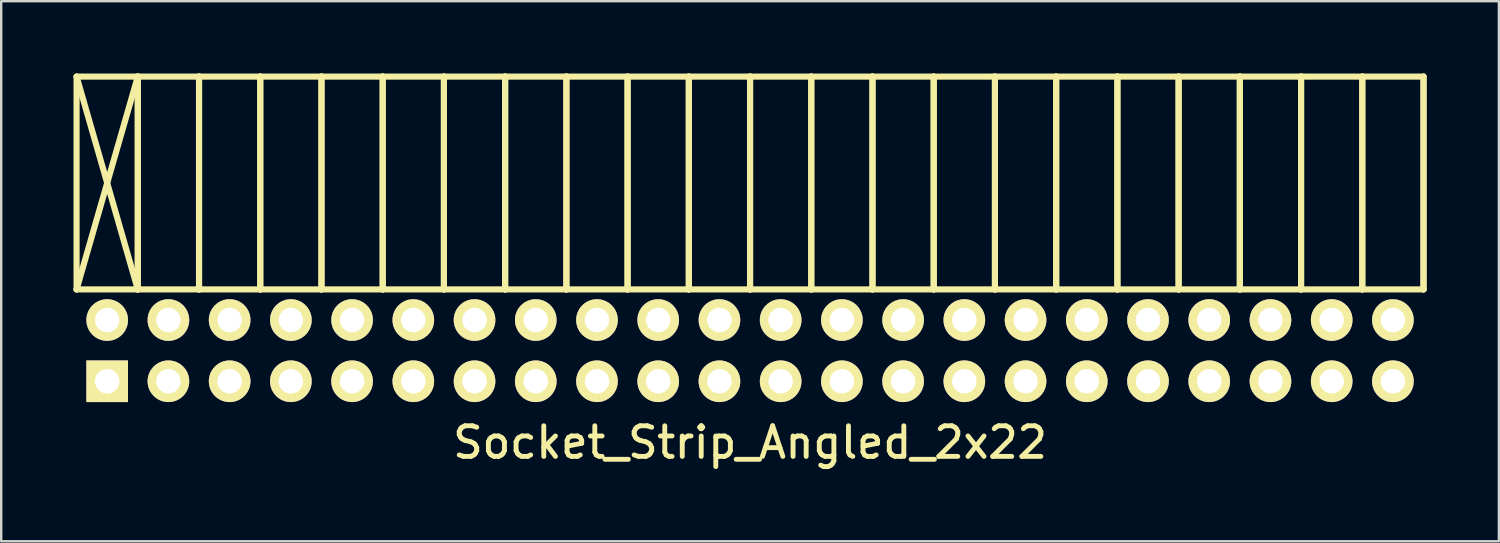
<source format=kicad_pcb>
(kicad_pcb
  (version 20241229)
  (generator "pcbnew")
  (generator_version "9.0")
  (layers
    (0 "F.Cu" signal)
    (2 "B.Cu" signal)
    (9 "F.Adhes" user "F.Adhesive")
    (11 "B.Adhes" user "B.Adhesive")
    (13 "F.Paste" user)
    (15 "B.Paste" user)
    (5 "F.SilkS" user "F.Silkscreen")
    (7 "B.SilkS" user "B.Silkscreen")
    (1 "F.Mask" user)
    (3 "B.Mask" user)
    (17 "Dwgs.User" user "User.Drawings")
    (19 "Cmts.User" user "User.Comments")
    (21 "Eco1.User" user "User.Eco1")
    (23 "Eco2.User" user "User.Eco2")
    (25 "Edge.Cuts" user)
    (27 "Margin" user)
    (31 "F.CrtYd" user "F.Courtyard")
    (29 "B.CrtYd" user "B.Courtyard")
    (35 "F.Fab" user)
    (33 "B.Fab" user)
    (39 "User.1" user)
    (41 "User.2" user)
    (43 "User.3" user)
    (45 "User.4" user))
  (footprint "Socket_Strip_Angled_2x22"
    (layer "F.Cu")
    (at 28.067 11.497)
    (property "Reference" "Socket_Strip_Angled_2x22" (at 0 3.81 0) (layer "F.SilkS") (effects (font (size 1.27 1.27) (thickness 0.203))))
    (attr through_hole)
    (fp_line (start -27.94 -11.37) (end -25.4 -11.37) (stroke (width 0.254) (type solid)) (layer "F.SilkS"))
    (fp_line (start -27.94 -11.37) (end -25.4 -2.54) (stroke (width 0.254) (type solid)) (layer "F.SilkS"))
    (fp_line (start -27.94 -2.54) (end -27.94 -11.37) (stroke (width 0.254) (type solid)) (layer "F.SilkS"))
    (fp_line (start -27.94 -2.54) (end -25.4 -11.37) (stroke (width 0.254) (type solid)) (layer "F.SilkS"))
    (fp_line (start -27.94 -2.54) (end -25.4 -2.54) (stroke (width 0.254) (type solid)) (layer "F.SilkS"))
    (fp_line (start -25.4 -11.37) (end -25.4 -2.54) (stroke (width 0.254) (type solid)) (layer "F.SilkS"))
    (fp_line (start -25.4 -11.37) (end -22.86 -11.37) (stroke (width 0.254) (type solid)) (layer "F.SilkS"))
    (fp_line (start -25.4 -2.54) (end -25.4 -11.37) (stroke (width 0.254) (type solid)) (layer "F.SilkS"))
    (fp_line (start -25.4 -2.54) (end -22.86 -2.54) (stroke (width 0.254) (type solid)) (layer "F.SilkS"))
    (fp_line (start -22.86 -11.37) (end -22.86 -2.54) (stroke (width 0.254) (type solid)) (layer "F.SilkS"))
    (fp_line (start -22.86 -11.37) (end -20.32 -11.37) (stroke (width 0.254) (type solid)) (layer "F.SilkS"))
    (fp_line (start -22.86 -2.54) (end -22.86 -11.37) (stroke (width 0.254) (type solid)) (layer "F.SilkS"))
    (fp_line (start -22.86 -2.54) (end -20.32 -2.54) (stroke (width 0.254) (type solid)) (layer "F.SilkS"))
    (fp_line (start -20.32 -11.37) (end -20.32 -2.54) (stroke (width 0.254) (type solid)) (layer "F.SilkS"))
    (fp_line (start -20.32 -11.37) (end -17.78 -11.37) (stroke (width 0.254) (type solid)) (layer "F.SilkS"))
    (fp_line (start -20.32 -2.54) (end -20.32 -11.37) (stroke (width 0.254) (type solid)) (layer "F.SilkS"))
    (fp_line (start -20.32 -2.54) (end -17.78 -2.54) (stroke (width 0.254) (type solid)) (layer "F.SilkS"))
    (fp_line (start -17.78 -11.37) (end -17.78 -2.54) (stroke (width 0.254) (type solid)) (layer "F.SilkS"))
    (fp_line (start -17.78 -11.37) (end -15.24 -11.37) (stroke (width 0.254) (type solid)) (layer "F.SilkS"))
    (fp_line (start -17.78 -2.54) (end -17.78 -11.37) (stroke (width 0.254) (type solid)) (layer "F.SilkS"))
    (fp_line (start -17.78 -2.54) (end -15.24 -2.54) (stroke (width 0.254) (type solid)) (layer "F.SilkS"))
    (fp_line (start -15.24 -11.37) (end -15.24 -2.54) (stroke (width 0.254) (type solid)) (layer "F.SilkS"))
    (fp_line (start -15.24 -11.37) (end -12.7 -11.37) (stroke (width 0.254) (type solid)) (layer "F.SilkS"))
    (fp_line (start -15.24 -2.54) (end -15.24 -11.37) (stroke (width 0.254) (type solid)) (layer "F.SilkS"))
    (fp_line (start -15.24 -2.54) (end -12.7 -2.54) (stroke (width 0.254) (type solid)) (layer "F.SilkS"))
    (fp_line (start -12.7 -11.37) (end -12.7 -2.54) (stroke (width 0.254) (type solid)) (layer "F.SilkS"))
    (fp_line (start -12.7 -11.37) (end -10.16 -11.37) (stroke (width 0.254) (type solid)) (layer "F.SilkS"))
    (fp_line (start -12.7 -2.54) (end -12.7 -11.37) (stroke (width 0.254) (type solid)) (layer "F.SilkS"))
    (fp_line (start -12.7 -2.54) (end -10.16 -2.54) (stroke (width 0.254) (type solid)) (layer "F.SilkS"))
    (fp_line (start -10.16 -11.37) (end -10.16 -2.54) (stroke (width 0.254) (type solid)) (layer "F.SilkS"))
    (fp_line (start -10.16 -11.37) (end -7.62 -11.37) (stroke (width 0.254) (type solid)) (layer "F.SilkS"))
    (fp_line (start -10.16 -2.54) (end -10.16 -11.37) (stroke (width 0.254) (type solid)) (layer "F.SilkS"))
    (fp_line (start -10.16 -2.54) (end -7.62 -2.54) (stroke (width 0.254) (type solid)) (layer "F.SilkS"))
    (fp_line (start -7.62 -11.37) (end -7.62 -2.54) (stroke (width 0.254) (type solid)) (layer "F.SilkS"))
    (fp_line (start -7.62 -11.37) (end -5.08 -11.37) (stroke (width 0.254) (type solid)) (layer "F.SilkS"))
    (fp_line (start -7.62 -2.54) (end -7.62 -11.37) (stroke (width 0.254) (type solid)) (layer "F.SilkS"))
    (fp_line (start -7.62 -2.54) (end -5.08 -2.54) (stroke (width 0.254) (type solid)) (layer "F.SilkS"))
    (fp_line (start -5.08 -11.37) (end -5.08 -2.54) (stroke (width 0.254) (type solid)) (layer "F.SilkS"))
    (fp_line (start -5.08 -11.37) (end -2.54 -11.37) (stroke (width 0.254) (type solid)) (layer "F.SilkS"))
    (fp_line (start -5.08 -2.54) (end -5.08 -11.37) (stroke (width 0.254) (type solid)) (layer "F.SilkS"))
    (fp_line (start -5.08 -2.54) (end -2.54 -2.54) (stroke (width 0.254) (type solid)) (layer "F.SilkS"))
    (fp_line (start -2.54 -11.37) (end -2.54 -2.54) (stroke (width 0.254) (type solid)) (layer "F.SilkS"))
    (fp_line (start -2.54 -11.37) (end 0 -11.37) (stroke (width 0.254) (type solid)) (layer "F.SilkS"))
    (fp_line (start -2.54 -2.54) (end -2.54 -11.37) (stroke (width 0.254) (type solid)) (layer "F.SilkS"))
    (fp_line (start -2.54 -2.54) (end 0 -2.54) (stroke (width 0.254) (type solid)) (layer "F.SilkS"))
    (fp_line (start 0 -11.37) (end 0 -2.54) (stroke (width 0.254) (type solid)) (layer "F.SilkS"))
    (fp_line (start 0 -11.37) (end 2.54 -11.37) (stroke (width 0.254) (type solid)) (layer "F.SilkS"))
    (fp_line (start 0 -2.54) (end 0 -11.37) (stroke (width 0.254) (type solid)) (layer "F.SilkS"))
    (fp_line (start 0 -2.54) (end 2.54 -2.54) (stroke (width 0.254) (type solid)) (layer "F.SilkS"))
    (fp_line (start 2.54 -11.37) (end 2.54 -2.54) (stroke (width 0.254) (type solid)) (layer "F.SilkS"))
    (fp_line (start 2.54 -11.37) (end 5.08 -11.37) (stroke (width 0.254) (type solid)) (layer "F.SilkS"))
    (fp_line (start 2.54 -2.54) (end 2.54 -11.37) (stroke (width 0.254) (type solid)) (layer "F.SilkS"))
    (fp_line (start 2.54 -2.54) (end 5.08 -2.54) (stroke (width 0.254) (type solid)) (layer "F.SilkS"))
    (fp_line (start 5.08 -11.37) (end 5.08 -2.54) (stroke (width 0.254) (type solid)) (layer "F.SilkS"))
    (fp_line (start 5.08 -11.37) (end 7.62 -11.37) (stroke (width 0.254) (type solid)) (layer "F.SilkS"))
    (fp_line (start 5.08 -2.54) (end 5.08 -11.37) (stroke (width 0.254) (type solid)) (layer "F.SilkS"))
    (fp_line (start 5.08 -2.54) (end 7.62 -2.54) (stroke (width 0.254) (type solid)) (layer "F.SilkS"))
    (fp_line (start 7.62 -11.37) (end 7.62 -2.54) (stroke (width 0.254) (type solid)) (layer "F.SilkS"))
    (fp_line (start 7.62 -11.37) (end 10.16 -11.37) (stroke (width 0.254) (type solid)) (layer "F.SilkS"))
    (fp_line (start 7.62 -2.54) (end 7.62 -11.37) (stroke (width 0.254) (type solid)) (layer "F.SilkS"))
    (fp_line (start 7.62 -2.54) (end 10.16 -2.54) (stroke (width 0.254) (type solid)) (layer "F.SilkS"))
    (fp_line (start 10.16 -11.37) (end 10.16 -2.54) (stroke (width 0.254) (type solid)) (layer "F.SilkS"))
    (fp_line (start 10.16 -11.37) (end 12.7 -11.37) (stroke (width 0.254) (type solid)) (layer "F.SilkS"))
    (fp_line (start 10.16 -2.54) (end 10.16 -11.37) (stroke (width 0.254) (type solid)) (layer "F.SilkS"))
    (fp_line (start 10.16 -2.54) (end 12.7 -2.54) (stroke (width 0.254) (type solid)) (layer "F.SilkS"))
    (fp_line (start 12.7 -11.37) (end 12.7 -2.54) (stroke (width 0.254) (type solid)) (layer "F.SilkS"))
    (fp_line (start 12.7 -11.37) (end 15.24 -11.37) (stroke (width 0.254) (type solid)) (layer "F.SilkS"))
    (fp_line (start 12.7 -2.54) (end 12.7 -11.37) (stroke (width 0.254) (type solid)) (layer "F.SilkS"))
    (fp_line (start 12.7 -2.54) (end 15.24 -2.54) (stroke (width 0.254) (type solid)) (layer "F.SilkS"))
    (fp_line (start 15.24 -11.37) (end 15.24 -2.54) (stroke (width 0.254) (type solid)) (layer "F.SilkS"))
    (fp_line (start 15.24 -11.37) (end 17.78 -11.37) (stroke (width 0.254) (type solid)) (layer "F.SilkS"))
    (fp_line (start 15.24 -2.54) (end 15.24 -11.37) (stroke (width 0.254) (type solid)) (layer "F.SilkS"))
    (fp_line (start 15.24 -2.54) (end 17.78 -2.54) (stroke (width 0.254) (type solid)) (layer "F.SilkS"))
    (fp_line (start 17.78 -11.37) (end 17.78 -2.54) (stroke (width 0.254) (type solid)) (layer "F.SilkS"))
    (fp_line (start 17.78 -11.37) (end 20.32 -11.37) (stroke (width 0.254) (type solid)) (layer "F.SilkS"))
    (fp_line (start 17.78 -2.54) (end 17.78 -11.37) (stroke (width 0.254) (type solid)) (layer "F.SilkS"))
    (fp_line (start 17.78 -2.54) (end 20.32 -2.54) (stroke (width 0.254) (type solid)) (layer "F.SilkS"))
    (fp_line (start 20.32 -11.37) (end 20.32 -2.54) (stroke (width 0.254) (type solid)) (layer "F.SilkS"))
    (fp_line (start 20.32 -11.37) (end 22.86 -11.37) (stroke (width 0.254) (type solid)) (layer "F.SilkS"))
    (fp_line (start 20.32 -2.54) (end 20.32 -11.37) (stroke (width 0.254) (type solid)) (layer "F.SilkS"))
    (fp_line (start 20.32 -2.54) (end 22.86 -2.54) (stroke (width 0.254) (type solid)) (layer "F.SilkS"))
    (fp_line (start 22.86 -11.37) (end 22.86 -2.54) (stroke (width 0.254) (type solid)) (layer "F.SilkS"))
    (fp_line (start 22.86 -11.37) (end 25.4 -11.37) (stroke (width 0.254) (type solid)) (layer "F.SilkS"))
    (fp_line (start 22.86 -2.54) (end 22.86 -11.37) (stroke (width 0.254) (type solid)) (layer "F.SilkS"))
    (fp_line (start 22.86 -2.54) (end 25.4 -2.54) (stroke (width 0.254) (type solid)) (layer "F.SilkS"))
    (fp_line (start 25.4 -11.37) (end 25.4 -2.54) (stroke (width 0.254) (type solid)) (layer "F.SilkS"))
    (fp_line (start 25.4 -11.37) (end 27.94 -11.37) (stroke (width 0.254) (type solid)) (layer "F.SilkS"))
    (fp_line (start 25.4 -2.54) (end 25.4 -11.37) (stroke (width 0.254) (type solid)) (layer "F.SilkS"))
    (fp_line (start 25.4 -2.54) (end 27.94 -2.54) (stroke (width 0.254) (type solid)) (layer "F.SilkS"))
    (fp_line (start 27.94 -11.37) (end 27.94 -2.54) (stroke (width 0.254) (type solid)) (layer "F.SilkS"))
    (fp_line (start 27.94 -2.54) (end 27.94 -11.37) (stroke (width 0.254) (type solid)) (layer "F.SilkS"))
    (pad "1" thru_hole rect (at -26.67 1.27) (size 1.727 1.727) (drill 1.016) (layers "*.Cu" "*.Mask" "F.SilkS"))
    (pad "2" thru_hole oval (at -24.13 1.27) (size 1.727 1.727) (drill 1.016) (layers "*.Cu" "*.Mask" "F.SilkS"))
    (pad "3" thru_hole oval (at -21.59 1.27) (size 1.727 1.727) (drill 1.016) (layers "*.Cu" "*.Mask" "F.SilkS"))
    (pad "4" thru_hole oval (at -19.05 1.27) (size 1.727 1.727) (drill 1.016) (layers "*.Cu" "*.Mask" "F.SilkS"))
    (pad "5" thru_hole oval (at -16.51 1.27) (size 1.727 1.727) (drill 1.016) (layers "*.Cu" "*.Mask" "F.SilkS"))
    (pad "6" thru_hole oval (at -13.97 1.27) (size 1.727 1.727) (drill 1.016) (layers "*.Cu" "*.Mask" "F.SilkS"))
    (pad "7" thru_hole oval (at -11.43 1.27) (size 1.727 1.727) (drill 1.016) (layers "*.Cu" "*.Mask" "F.SilkS"))
    (pad "8" thru_hole oval (at -8.89 1.27) (size 1.727 1.727) (drill 1.016) (layers "*.Cu" "*.Mask" "F.SilkS"))
    (pad "9" thru_hole oval (at -6.35 1.27) (size 1.727 1.727) (drill 1.016) (layers "*.Cu" "*.Mask" "F.SilkS"))
    (pad "10" thru_hole oval (at -3.81 1.27) (size 1.727 1.727) (drill 1.016) (layers "*.Cu" "*.Mask" "F.SilkS"))
    (pad "11" thru_hole oval (at -1.27 1.27) (size 1.727 1.727) (drill 1.016) (layers "*.Cu" "*.Mask" "F.SilkS"))
    (pad "12" thru_hole oval (at 1.27 1.27) (size 1.727 1.727) (drill 1.016) (layers "*.Cu" "*.Mask" "F.SilkS"))
    (pad "13" thru_hole oval (at 3.81 1.27) (size 1.727 1.727) (drill 1.016) (layers "*.Cu" "*.Mask" "F.SilkS"))
    (pad "14" thru_hole oval (at 6.35 1.27) (size 1.727 1.727) (drill 1.016) (layers "*.Cu" "*.Mask" "F.SilkS"))
    (pad "15" thru_hole oval (at 8.89 1.27) (size 1.727 1.727) (drill 1.016) (layers "*.Cu" "*.Mask" "F.SilkS"))
    (pad "16" thru_hole oval (at 11.43 1.27) (size 1.727 1.727) (drill 1.016) (layers "*.Cu" "*.Mask" "F.SilkS"))
    (pad "17" thru_hole oval (at 13.97 1.27) (size 1.727 1.727) (drill 1.016) (layers "*.Cu" "*.Mask" "F.SilkS"))
    (pad "18" thru_hole oval (at 16.51 1.27) (size 1.727 1.727) (drill 1.016) (layers "*.Cu" "*.Mask" "F.SilkS"))
    (pad "19" thru_hole oval (at 19.05 1.27) (size 1.727 1.727) (drill 1.016) (layers "*.Cu" "*.Mask" "F.SilkS"))
    (pad "20" thru_hole oval (at 21.59 1.27) (size 1.727 1.727) (drill 1.016) (layers "*.Cu" "*.Mask" "F.SilkS"))
    (pad "21" thru_hole oval (at 24.13 1.27) (size 1.727 1.727) (drill 1.016) (layers "*.Cu" "*.Mask" "F.SilkS"))
    (pad "22" thru_hole oval (at 26.67 1.27) (size 1.727 1.727) (drill 1.016) (layers "*.Cu" "*.Mask" "F.SilkS"))
    (pad "23" thru_hole oval (at 26.67 -1.27) (size 1.727 1.727) (drill 1.016) (layers "*.Cu" "*.Mask" "F.SilkS"))
    (pad "24" thru_hole oval (at 24.13 -1.27) (size 1.727 1.727) (drill 1.016) (layers "*.Cu" "*.Mask" "F.SilkS"))
    (pad "25" thru_hole oval (at 21.59 -1.27) (size 1.727 1.727) (drill 1.016) (layers "*.Cu" "*.Mask" "F.SilkS"))
    (pad "26" thru_hole oval (at 19.05 -1.27) (size 1.727 1.727) (drill 1.016) (layers "*.Cu" "*.Mask" "F.SilkS"))
    (pad "27" thru_hole oval (at 16.51 -1.27) (size 1.727 1.727) (drill 1.016) (layers "*.Cu" "*.Mask" "F.SilkS"))
    (pad "28" thru_hole oval (at 13.97 -1.27) (size 1.727 1.727) (drill 1.016) (layers "*.Cu" "*.Mask" "F.SilkS"))
    (pad "29" thru_hole oval (at 11.43 -1.27) (size 1.727 1.727) (drill 1.016) (layers "*.Cu" "*.Mask" "F.SilkS"))
    (pad "30" thru_hole oval (at 8.89 -1.27) (size 1.727 1.727) (drill 1.016) (layers "*.Cu" "*.Mask" "F.SilkS"))
    (pad "31" thru_hole oval (at 6.35 -1.27) (size 1.727 1.727) (drill 1.016) (layers "*.Cu" "*.Mask" "F.SilkS"))
    (pad "32" thru_hole oval (at 3.81 -1.27) (size 1.727 1.727) (drill 1.016) (layers "*.Cu" "*.Mask" "F.SilkS"))
    (pad "33" thru_hole oval (at 1.27 -1.27) (size 1.727 1.727) (drill 1.016) (layers "*.Cu" "*.Mask" "F.SilkS"))
    (pad "34" thru_hole oval (at -1.27 -1.27) (size 1.727 1.727) (drill 1.016) (layers "*.Cu" "*.Mask" "F.SilkS"))
    (pad "35" thru_hole oval (at -3.81 -1.27) (size 1.727 1.727) (drill 1.016) (layers "*.Cu" "*.Mask" "F.SilkS"))
    (pad "36" thru_hole oval (at -6.35 -1.27) (size 1.727 1.727) (drill 1.016) (layers "*.Cu" "*.Mask" "F.SilkS"))
    (pad "37" thru_hole oval (at -8.89 -1.27) (size 1.727 1.727) (drill 1.016) (layers "*.Cu" "*.Mask" "F.SilkS"))
    (pad "38" thru_hole oval (at -11.43 -1.27) (size 1.727 1.727) (drill 1.016) (layers "*.Cu" "*.Mask" "F.SilkS"))
    (pad "39" thru_hole oval (at -13.97 -1.27) (size 1.727 1.727) (drill 1.016) (layers "*.Cu" "*.Mask" "F.SilkS"))
    (pad "40" thru_hole oval (at -16.51 -1.27) (size 1.727 1.727) (drill 1.016) (layers "*.Cu" "*.Mask" "F.SilkS"))
    (pad "41" thru_hole oval (at -19.05 -1.27) (size 1.727 1.727) (drill 1.016) (layers "*.Cu" "*.Mask" "F.SilkS"))
    (pad "42" thru_hole oval (at -21.59 -1.27) (size 1.727 1.727) (drill 1.016) (layers "*.Cu" "*.Mask" "F.SilkS"))
    (pad "43" thru_hole oval (at -24.13 -1.27) (size 1.727 1.727) (drill 1.016) (layers "*.Cu" "*.Mask" "F.SilkS"))
    (pad "44" thru_hole oval (at -26.67 -1.27) (size 1.727 1.727) (drill 1.016) (layers "*.Cu" "*.Mask" "F.SilkS")))
  (gr_rect
    (start -3 -3)
    (end 59.134 19.407)
    (stroke (width 0.1) (type default))
    (fill no)
    (layer "Edge.Cuts")))
</source>
